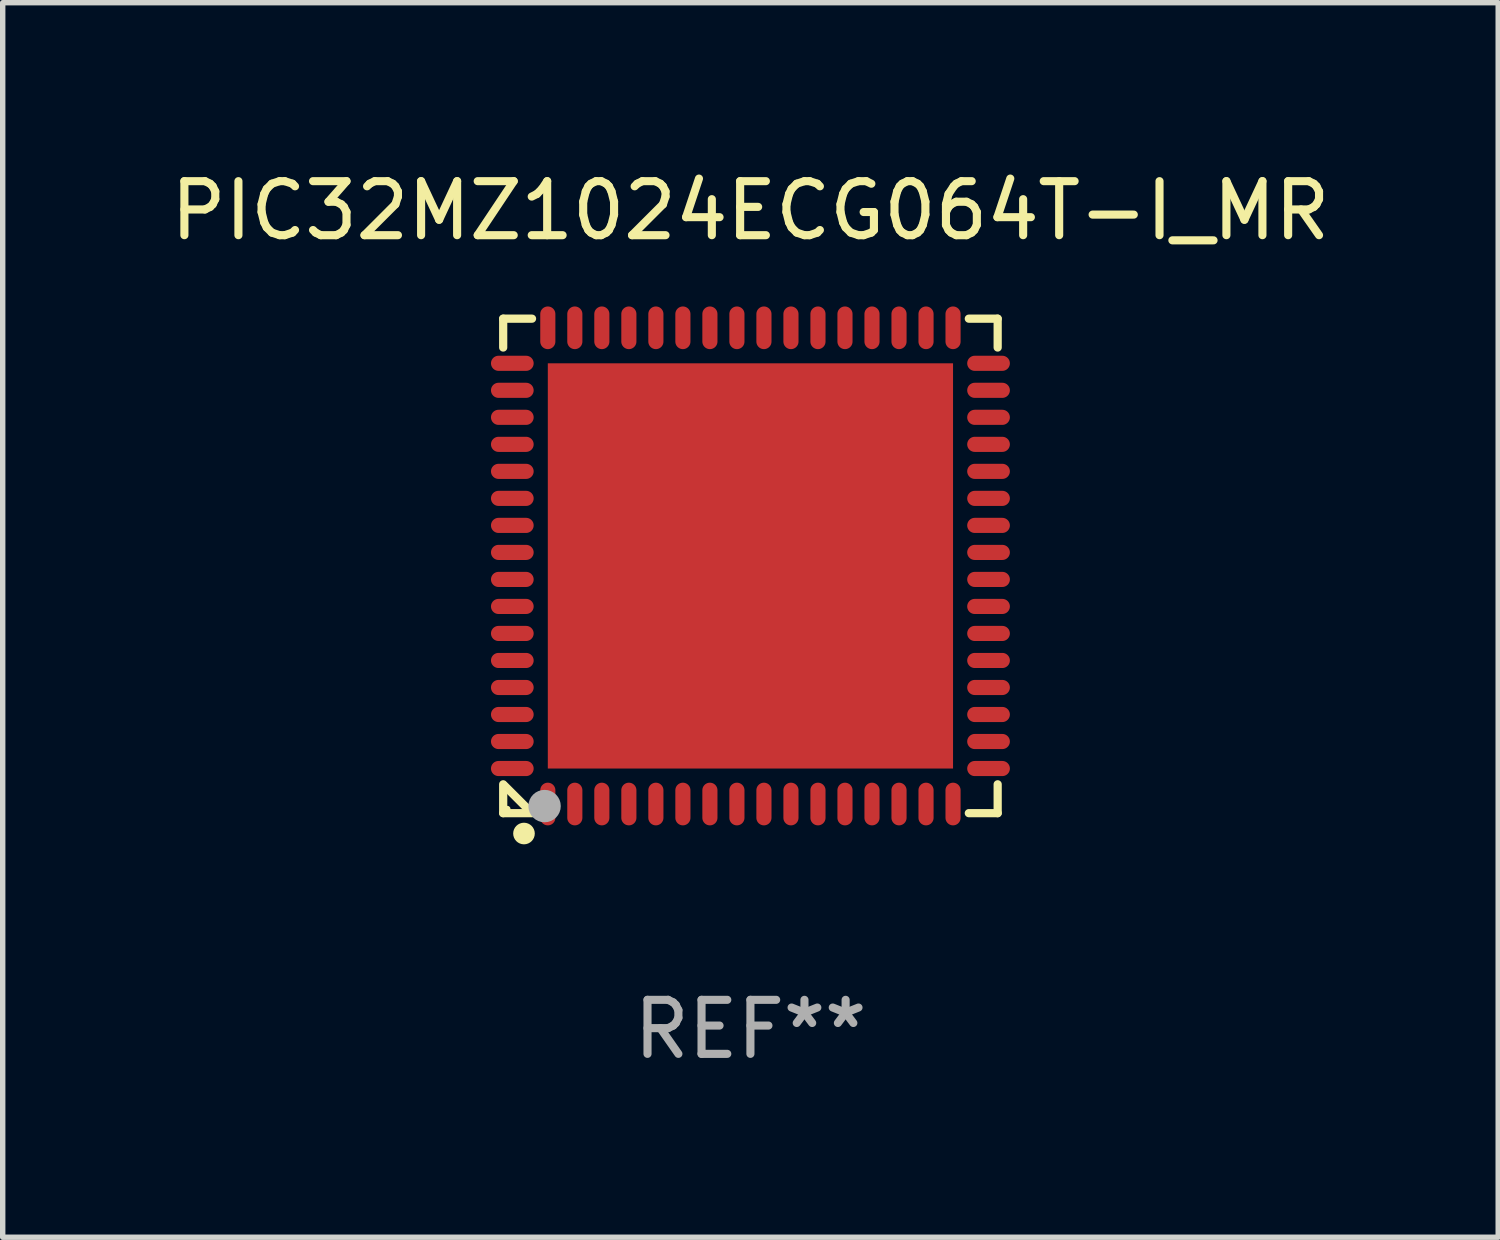
<source format=kicad_pcb>
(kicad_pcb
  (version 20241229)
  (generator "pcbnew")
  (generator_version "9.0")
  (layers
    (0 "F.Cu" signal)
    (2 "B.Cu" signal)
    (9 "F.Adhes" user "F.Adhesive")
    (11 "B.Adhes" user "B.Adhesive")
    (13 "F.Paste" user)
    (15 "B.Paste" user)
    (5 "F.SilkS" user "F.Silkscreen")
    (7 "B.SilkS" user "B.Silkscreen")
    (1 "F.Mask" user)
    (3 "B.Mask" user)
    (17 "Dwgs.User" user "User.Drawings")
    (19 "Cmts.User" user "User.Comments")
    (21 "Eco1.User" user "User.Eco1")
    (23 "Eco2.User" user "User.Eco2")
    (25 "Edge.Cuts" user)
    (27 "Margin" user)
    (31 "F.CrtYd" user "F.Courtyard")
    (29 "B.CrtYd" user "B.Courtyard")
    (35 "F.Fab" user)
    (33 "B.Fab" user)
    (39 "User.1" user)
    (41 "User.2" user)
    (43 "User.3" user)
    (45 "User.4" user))
  (footprint "PIC32MZ1024ECG064T-I_MR"
    (layer "F.Cu")
    (at 10.839 7.424)
    (property "Reference" "PIC32MZ1024ECG064T-I_MR" (at 0 -6.576 0) (layer "F.SilkS") (effects (font (size 1 1) (thickness 0.15))))
    (attr through_hole)
    (fp_line (start -4.576 -4.576) (end -4.576 -4.042) (stroke (width 0.152) (type solid)) (layer "F.SilkS"))
    (fp_line (start -4.576 4.576) (end -4.576 4.042) (stroke (width 0.152) (type solid)) (layer "F.SilkS"))
    (fp_line (start -4.069 4.549) (end -4.549 4.069) (stroke (width 0.152) (type solid)) (layer "F.SilkS"))
    (fp_line (start -4.042 -4.576) (end -4.576 -4.576) (stroke (width 0.152) (type solid)) (layer "F.SilkS"))
    (fp_line (start -4.042 4.576) (end -4.576 4.576) (stroke (width 0.152) (type solid)) (layer "F.SilkS"))
    (fp_line (start 4.042 -4.576) (end 4.576 -4.576) (stroke (width 0.152) (type solid)) (layer "F.SilkS"))
    (fp_line (start 4.042 4.576) (end 4.576 4.576) (stroke (width 0.152) (type solid)) (layer "F.SilkS"))
    (fp_line (start 4.576 -4.576) (end 4.576 -4.042) (stroke (width 0.152) (type solid)) (layer "F.SilkS"))
    (fp_line (start 4.576 4.576) (end 4.576 4.042) (stroke (width 0.152) (type solid)) (layer "F.SilkS"))
    (fp_circle (center -4.5 4.5) (end -4.47 4.5) (stroke (width 0.06) (type solid)) (fill no) (layer "F.SilkS"))
    (fp_circle (center -4.191 4.953) (end -4.091 4.953) (stroke (width 0.2) (type solid)) (fill no) (layer "F.SilkS"))
    (fp_circle (center -3.81 4.445) (end -3.66 4.445) (stroke (width 0.3) (type solid)) (fill no) (layer "F.Fab"))
    (fp_text user "REF**" (at 0 8.576 0) (layer "F.Fab") (effects (font (size 1 1) (thickness 0.15))))
    (pad "1" smd oval (at -3.75 4.407) (size 0.28 0.79) (layers "F.Cu" "F.Mask" "F.Paste"))
    (pad "2" smd oval (at -3.25 4.407) (size 0.28 0.79) (layers "F.Cu" "F.Mask" "F.Paste"))
    (pad "3" smd oval (at -2.75 4.407) (size 0.28 0.79) (layers "F.Cu" "F.Mask" "F.Paste"))
    (pad "4" smd oval (at -2.25 4.407) (size 0.28 0.79) (layers "F.Cu" "F.Mask" "F.Paste"))
    (pad "5" smd oval (at -1.75 4.407) (size 0.28 0.79) (layers "F.Cu" "F.Mask" "F.Paste"))
    (pad "6" smd oval (at -1.25 4.407) (size 0.28 0.79) (layers "F.Cu" "F.Mask" "F.Paste"))
    (pad "7" smd oval (at -0.75 4.407) (size 0.28 0.79) (layers "F.Cu" "F.Mask" "F.Paste"))
    (pad "8" smd oval (at -0.25 4.407) (size 0.28 0.79) (layers "F.Cu" "F.Mask" "F.Paste"))
    (pad "9" smd oval (at 0.25 4.407) (size 0.28 0.79) (layers "F.Cu" "F.Mask" "F.Paste"))
    (pad "10" smd oval (at 0.75 4.407) (size 0.28 0.79) (layers "F.Cu" "F.Mask" "F.Paste"))
    (pad "11" smd oval (at 1.25 4.407) (size 0.28 0.79) (layers "F.Cu" "F.Mask" "F.Paste"))
    (pad "12" smd oval (at 1.75 4.407) (size 0.28 0.79) (layers "F.Cu" "F.Mask" "F.Paste"))
    (pad "13" smd oval (at 2.25 4.407) (size 0.28 0.79) (layers "F.Cu" "F.Mask" "F.Paste"))
    (pad "14" smd oval (at 2.75 4.407) (size 0.28 0.79) (layers "F.Cu" "F.Mask" "F.Paste"))
    (pad "15" smd oval (at 3.25 4.407) (size 0.28 0.79) (layers "F.Cu" "F.Mask" "F.Paste"))
    (pad "16" smd oval (at 3.75 4.407) (size 0.28 0.79) (layers "F.Cu" "F.Mask" "F.Paste"))
    (pad "17" smd oval (at 4.407 3.75) (size 0.79 0.28) (layers "F.Cu" "F.Mask" "F.Paste"))
    (pad "18" smd oval (at 4.407 3.25) (size 0.79 0.28) (layers "F.Cu" "F.Mask" "F.Paste"))
    (pad "19" smd oval (at 4.407 2.75) (size 0.79 0.28) (layers "F.Cu" "F.Mask" "F.Paste"))
    (pad "20" smd oval (at 4.407 2.25) (size 0.79 0.28) (layers "F.Cu" "F.Mask" "F.Paste"))
    (pad "21" smd oval (at 4.407 1.75) (size 0.79 0.28) (layers "F.Cu" "F.Mask" "F.Paste"))
    (pad "22" smd oval (at 4.407 1.25) (size 0.79 0.28) (layers "F.Cu" "F.Mask" "F.Paste"))
    (pad "23" smd oval (at 4.407 0.75) (size 0.79 0.28) (layers "F.Cu" "F.Mask" "F.Paste"))
    (pad "24" smd oval (at 4.407 0.25) (size 0.79 0.28) (layers "F.Cu" "F.Mask" "F.Paste"))
    (pad "25" smd oval (at 4.407 -0.25) (size 0.79 0.28) (layers "F.Cu" "F.Mask" "F.Paste"))
    (pad "26" smd oval (at 4.407 -0.75) (size 0.79 0.28) (layers "F.Cu" "F.Mask" "F.Paste"))
    (pad "27" smd oval (at 4.407 -1.25) (size 0.79 0.28) (layers "F.Cu" "F.Mask" "F.Paste"))
    (pad "28" smd oval (at 4.407 -1.75) (size 0.79 0.28) (layers "F.Cu" "F.Mask" "F.Paste"))
    (pad "29" smd oval (at 4.407 -2.25) (size 0.79 0.28) (layers "F.Cu" "F.Mask" "F.Paste"))
    (pad "30" smd oval (at 4.407 -2.75) (size 0.79 0.28) (layers "F.Cu" "F.Mask" "F.Paste"))
    (pad "31" smd oval (at 4.407 -3.25) (size 0.79 0.28) (layers "F.Cu" "F.Mask" "F.Paste"))
    (pad "32" smd oval (at 4.407 -3.75) (size 0.79 0.28) (layers "F.Cu" "F.Mask" "F.Paste"))
    (pad "33" smd oval (at 3.75 -4.407) (size 0.28 0.79) (layers "F.Cu" "F.Mask" "F.Paste"))
    (pad "34" smd oval (at 3.25 -4.407) (size 0.28 0.79) (layers "F.Cu" "F.Mask" "F.Paste"))
    (pad "35" smd oval (at 2.75 -4.407) (size 0.28 0.79) (layers "F.Cu" "F.Mask" "F.Paste"))
    (pad "36" smd oval (at 2.25 -4.407) (size 0.28 0.79) (layers "F.Cu" "F.Mask" "F.Paste"))
    (pad "37" smd oval (at 1.75 -4.407) (size 0.28 0.79) (layers "F.Cu" "F.Mask" "F.Paste"))
    (pad "38" smd oval (at 1.25 -4.407) (size 0.28 0.79) (layers "F.Cu" "F.Mask" "F.Paste"))
    (pad "39" smd oval (at 0.75 -4.407) (size 0.28 0.79) (layers "F.Cu" "F.Mask" "F.Paste"))
    (pad "40" smd oval (at 0.25 -4.407) (size 0.28 0.79) (layers "F.Cu" "F.Mask" "F.Paste"))
    (pad "41" smd oval (at -0.25 -4.407) (size 0.28 0.79) (layers "F.Cu" "F.Mask" "F.Paste"))
    (pad "42" smd oval (at -0.75 -4.407) (size 0.28 0.79) (layers "F.Cu" "F.Mask" "F.Paste"))
    (pad "43" smd oval (at -1.25 -4.407) (size 0.28 0.79) (layers "F.Cu" "F.Mask" "F.Paste"))
    (pad "44" smd oval (at -1.75 -4.407) (size 0.28 0.79) (layers "F.Cu" "F.Mask" "F.Paste"))
    (pad "45" smd oval (at -2.25 -4.407) (size 0.28 0.79) (layers "F.Cu" "F.Mask" "F.Paste"))
    (pad "46" smd oval (at -2.75 -4.407) (size 0.28 0.79) (layers "F.Cu" "F.Mask" "F.Paste"))
    (pad "47" smd oval (at -3.25 -4.407) (size 0.28 0.79) (layers "F.Cu" "F.Mask" "F.Paste"))
    (pad "48" smd oval (at -3.75 -4.407) (size 0.28 0.79) (layers "F.Cu" "F.Mask" "F.Paste"))
    (pad "49" smd oval (at -4.407 -3.75) (size 0.79 0.28) (layers "F.Cu" "F.Mask" "F.Paste"))
    (pad "50" smd oval (at -4.407 -3.25) (size 0.79 0.28) (layers "F.Cu" "F.Mask" "F.Paste"))
    (pad "51" smd oval (at -4.407 -2.75) (size 0.79 0.28) (layers "F.Cu" "F.Mask" "F.Paste"))
    (pad "52" smd oval (at -4.407 -2.25) (size 0.79 0.28) (layers "F.Cu" "F.Mask" "F.Paste"))
    (pad "53" smd oval (at -4.407 -1.75) (size 0.79 0.28) (layers "F.Cu" "F.Mask" "F.Paste"))
    (pad "54" smd oval (at -4.407 -1.25) (size 0.79 0.28) (layers "F.Cu" "F.Mask" "F.Paste"))
    (pad "55" smd oval (at -4.407 -0.75) (size 0.79 0.28) (layers "F.Cu" "F.Mask" "F.Paste"))
    (pad "56" smd oval (at -4.407 -0.25) (size 0.79 0.28) (layers "F.Cu" "F.Mask" "F.Paste"))
    (pad "57" smd oval (at -4.407 0.25) (size 0.79 0.28) (layers "F.Cu" "F.Mask" "F.Paste"))
    (pad "58" smd oval (at -4.407 0.75) (size 0.79 0.28) (layers "F.Cu" "F.Mask" "F.Paste"))
    (pad "59" smd oval (at -4.407 1.25) (size 0.79 0.28) (layers "F.Cu" "F.Mask" "F.Paste"))
    (pad "60" smd oval (at -4.407 1.75) (size 0.79 0.28) (layers "F.Cu" "F.Mask" "F.Paste"))
    (pad "61" smd oval (at -4.407 2.25) (size 0.79 0.28) (layers "F.Cu" "F.Mask" "F.Paste"))
    (pad "62" smd oval (at -4.407 2.75) (size 0.79 0.28) (layers "F.Cu" "F.Mask" "F.Paste"))
    (pad "63" smd oval (at -4.407 3.25) (size 0.79 0.28) (layers "F.Cu" "F.Mask" "F.Paste"))
    (pad "64" smd oval (at -4.407 3.75) (size 0.79 0.28) (layers "F.Cu" "F.Mask" "F.Paste"))
    (pad "65" smd rect (at 0 0) (size 7.5 7.5) (layers "F.Cu" "F.Mask" "F.Paste")))
  (gr_rect
    (start -3 -3)
    (end 24.679 19.849)
    (stroke (width 0.1) (type default))
    (fill no)
    (layer "Edge.Cuts")))
</source>
